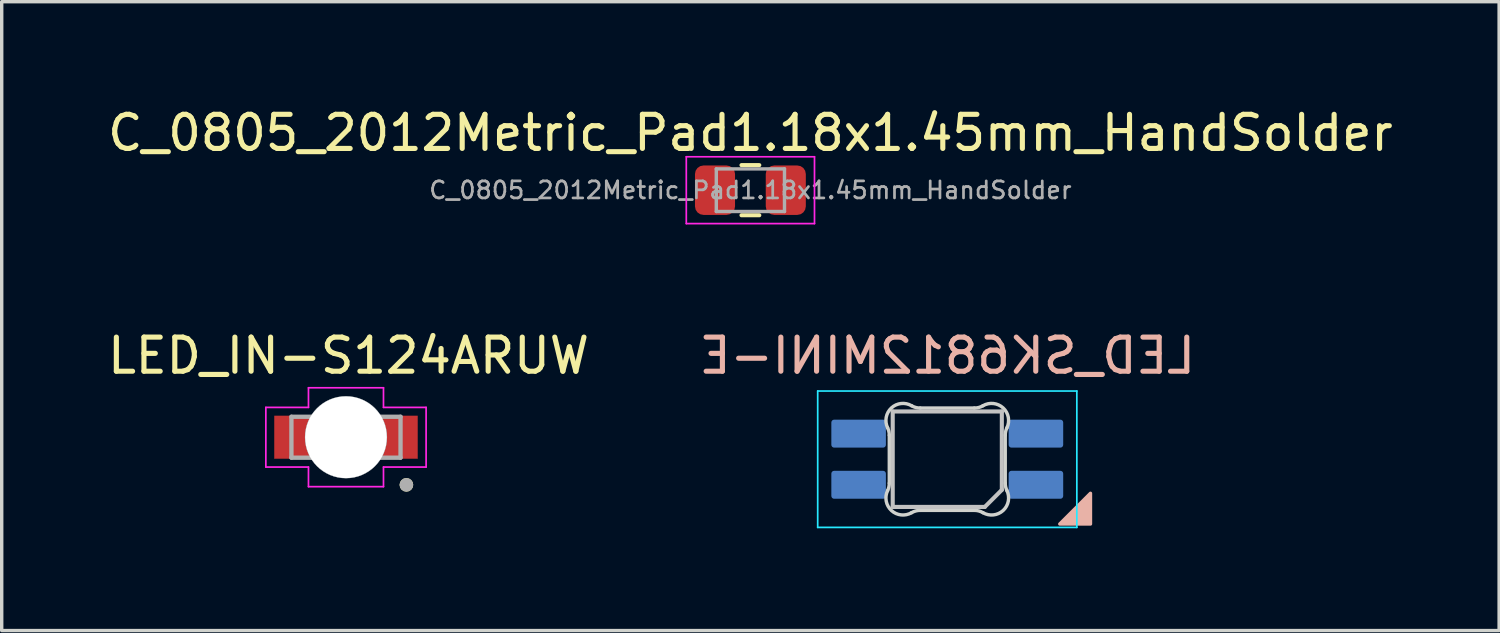
<source format=kicad_pcb>
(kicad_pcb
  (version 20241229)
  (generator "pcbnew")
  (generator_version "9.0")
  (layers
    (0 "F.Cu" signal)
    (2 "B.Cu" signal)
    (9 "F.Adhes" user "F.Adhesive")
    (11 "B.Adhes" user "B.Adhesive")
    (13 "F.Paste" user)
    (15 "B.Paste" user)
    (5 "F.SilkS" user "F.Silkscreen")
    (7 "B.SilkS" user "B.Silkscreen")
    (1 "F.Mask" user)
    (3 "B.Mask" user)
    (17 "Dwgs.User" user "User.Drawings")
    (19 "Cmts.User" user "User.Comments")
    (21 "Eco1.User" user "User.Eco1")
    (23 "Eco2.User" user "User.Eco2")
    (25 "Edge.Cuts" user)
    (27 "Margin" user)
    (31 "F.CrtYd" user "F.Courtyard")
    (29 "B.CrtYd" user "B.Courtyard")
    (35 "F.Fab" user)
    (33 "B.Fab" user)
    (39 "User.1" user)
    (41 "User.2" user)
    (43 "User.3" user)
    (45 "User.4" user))
  (footprint "LED_IN-S124ARUW"
    (layer "F.Cu")
    (at 7.097 9.773)
    (property "Reference" "LED_IN-S124ARUW" (at 0.075 -2.391 0) (layer "F.SilkS") (effects (font (size 1 1) (thickness 0.15))))
    (attr smd)
    (fp_line (start -1.075 0.55) (end -1.025 0.625) (stroke (width 0.0001) (type solid)) (layer "F.Cu"))
    (fp_poly (pts (xy -2.1 0.625) (xy -1.025 0.625) (xy -1.048 0.587) (xy -1.069 0.549) (xy -1.088 0.51) (xy -1.107 0.47) (xy -1.123 0.429) (xy -1.139 0.388) (xy -1.152 0.346) (xy -1.164 0.304) (xy -1.175 0.261) (xy -1.184 0.218) (xy -1.191 0.175) (xy -1.197 0.131) (xy -1.201 0.088) (xy -1.203 0.044) (xy -1.204 0) (xy -1.203 -0.044) (xy -1.201 -0.088) (xy -1.197 -0.131) (xy -1.191 -0.175) (xy -1.184 -0.218) (xy -1.175 -0.261) (xy -1.164 -0.304) (xy -1.152 -0.346) (xy -1.139 -0.388) (xy -1.123 -0.429) (xy -1.107 -0.47) (xy -1.088 -0.51) (xy -1.069 -0.549) (xy -1.048 -0.587) (xy -1.025 -0.625) (xy -2.1 -0.625) (xy -2.1 0.625)) (stroke (width 0.01) (type solid)) (fill yes) (layer "F.Cu"))
    (fp_poly (pts (xy 2.1 0.625) (xy 1.025 0.625) (xy 1.048 0.587) (xy 1.069 0.549) (xy 1.088 0.51) (xy 1.107 0.47) (xy 1.123 0.429) (xy 1.139 0.388) (xy 1.152 0.346) (xy 1.164 0.304) (xy 1.175 0.261) (xy 1.184 0.218) (xy 1.191 0.175) (xy 1.197 0.131) (xy 1.201 0.088) (xy 1.203 0.044) (xy 1.204 0) (xy 1.203 -0.044) (xy 1.201 -0.088) (xy 1.197 -0.131) (xy 1.191 -0.175) (xy 1.184 -0.218) (xy 1.175 -0.261) (xy 1.164 -0.304) (xy 1.152 -0.346) (xy 1.139 -0.388) (xy 1.123 -0.429) (xy 1.107 -0.47) (xy 1.088 -0.51) (xy 1.069 -0.549) (xy 1.048 -0.587) (xy 1.025 -0.625) (xy 2.1 -0.625) (xy 2.1 0.625)) (stroke (width 0.01) (type solid)) (fill yes) (layer "F.Cu"))
    (fp_poly (pts (xy -2.2 -0.725) (xy -0.92 -0.725) (xy -0.92 0.725) (xy -2.2 0.725)) (stroke (width 0.01) (type solid)) (fill yes) (layer "F.Mask"))
    (fp_poly (pts (xy 0.92 -0.725) (xy 2.2 -0.725) (xy 2.2 0.725) (xy 0.92 0.725)) (stroke (width 0.01) (type solid)) (fill yes) (layer "F.Mask"))
    (fp_line (start 1.075 0.55) (end 1.025 0.625) (stroke (width 0.0001) (type solid)) (layer "B.Cu"))
    (fp_circle (center 1.772 1.397) (end 1.872 1.397) (stroke (width 0.2) (type solid)) (fill no) (layer "F.SilkS"))
    (fp_line (start 1.075 0.55) (end 1.025 0.625) (stroke (width 0.0001) (type solid)) (layer "F.Paste"))
    (fp_poly (pts (xy -2.1 0.625) (xy -1.025 0.625) (xy -1.048 0.587) (xy -1.069 0.549) (xy -1.088 0.51) (xy -1.107 0.47) (xy -1.123 0.429) (xy -1.139 0.388) (xy -1.152 0.346) (xy -1.164 0.304) (xy -1.175 0.261) (xy -1.184 0.218) (xy -1.191 0.175) (xy -1.197 0.131) (xy -1.201 0.088) (xy -1.203 0.044) (xy -1.204 0) (xy -1.203 -0.044) (xy -1.201 -0.088) (xy -1.197 -0.131) (xy -1.191 -0.175) (xy -1.184 -0.218) (xy -1.175 -0.261) (xy -1.164 -0.304) (xy -1.152 -0.346) (xy -1.139 -0.388) (xy -1.123 -0.429) (xy -1.107 -0.47) (xy -1.088 -0.51) (xy -1.069 -0.549) (xy -1.048 -0.587) (xy -1.025 -0.625) (xy -2.1 -0.625) (xy -2.1 0.625)) (stroke (width 0.01) (type solid)) (fill yes) (layer "F.Paste"))
    (fp_poly (pts (xy 2.1 0.625) (xy 1.025 0.625) (xy 1.048 0.587) (xy 1.069 0.549) (xy 1.088 0.51) (xy 1.107 0.47) (xy 1.123 0.429) (xy 1.139 0.388) (xy 1.152 0.346) (xy 1.164 0.304) (xy 1.175 0.261) (xy 1.184 0.218) (xy 1.191 0.175) (xy 1.197 0.131) (xy 1.201 0.088) (xy 1.203 0.044) (xy 1.204 0) (xy 1.203 -0.044) (xy 1.201 -0.088) (xy 1.197 -0.131) (xy 1.191 -0.175) (xy 1.184 -0.218) (xy 1.175 -0.261) (xy 1.164 -0.304) (xy 1.152 -0.346) (xy 1.139 -0.388) (xy 1.123 -0.429) (xy 1.107 -0.47) (xy 1.088 -0.51) (xy 1.069 -0.549) (xy 1.048 -0.587) (xy 1.025 -0.625) (xy 2.1 -0.625) (xy 2.1 0.625)) (stroke (width 0.01) (type solid)) (fill yes) (layer "F.Paste"))
    (fp_circle (center 0 0) (end 1.2 0) (stroke (width 0.01) (type solid)) (fill no) (layer "Edge.Cuts"))
    (fp_line (start -2.35 -0.875) (end -2.35 0.875) (stroke (width 0.05) (type solid)) (layer "F.CrtYd"))
    (fp_line (start -2.35 0.875) (end -1.1 0.875) (stroke (width 0.05) (type solid)) (layer "F.CrtYd"))
    (fp_line (start -1.1 -1.45) (end -1.1 -0.875) (stroke (width 0.05) (type solid)) (layer "F.CrtYd"))
    (fp_line (start -1.1 -0.875) (end -2.35 -0.875) (stroke (width 0.05) (type solid)) (layer "F.CrtYd"))
    (fp_line (start -1.1 0.875) (end -1.1 1.45) (stroke (width 0.05) (type solid)) (layer "F.CrtYd"))
    (fp_line (start -1.1 1.45) (end 1.1 1.45) (stroke (width 0.05) (type solid)) (layer "F.CrtYd"))
    (fp_line (start 1.1 -1.45) (end -1.1 -1.45) (stroke (width 0.05) (type solid)) (layer "F.CrtYd"))
    (fp_line (start 1.1 -0.875) (end 1.1 -1.45) (stroke (width 0.05) (type solid)) (layer "F.CrtYd"))
    (fp_line (start 1.1 0.875) (end 2.35 0.875) (stroke (width 0.05) (type solid)) (layer "F.CrtYd"))
    (fp_line (start 1.1 1.45) (end 1.1 0.875) (stroke (width 0.05) (type solid)) (layer "F.CrtYd"))
    (fp_line (start 2.35 -0.875) (end 1.1 -0.875) (stroke (width 0.05) (type solid)) (layer "F.CrtYd"))
    (fp_line (start 2.35 0.875) (end 2.35 -0.875) (stroke (width 0.05) (type solid)) (layer "F.CrtYd"))
    (fp_line (start -1.6 -0.6) (end 1.6 -0.6) (stroke (width 0.127) (type solid)) (layer "F.Fab"))
    (fp_line (start -1.6 0.6) (end -1.6 -0.6) (stroke (width 0.127) (type solid)) (layer "F.Fab"))
    (fp_line (start 1.6 -0.6) (end 1.6 0.6) (stroke (width 0.127) (type solid)) (layer "F.Fab"))
    (fp_line (start 1.6 0.6) (end -1.6 0.6) (stroke (width 0.127) (type solid)) (layer "F.Fab"))
    (fp_circle (center 1.772 1.397) (end 1.872 1.397) (stroke (width 0.2) (type solid)) (fill no) (layer "F.Fab"))
    (pad "" np_thru_hole circle (at 0 0) (size 2.4 2.4) (drill 2.4) (layers "*.Cu" "*.Mask"))
    (pad "A" smd rect (at -1.56 0) (size 0.381 0.381) (layers "F.Cu"))
    (pad "C" smd rect (at 1.56 0) (size 0.381 0.381) (layers "F.Cu")))
  (footprint "LED_SK6812MINI-E"
    (layer "F.Cu")
    (at 24.732 10.43)
    (property "Reference" "LED_SK6812MINI-E" (at 0 -3.048 0) (layer "B.SilkS") (effects (font (size 1 1) (thickness 0.15)) (justify mirror)))
    (attr through_hole)
    (fp_poly (pts (xy 4.2 0.988) (xy 3.3 1.888) (xy 4.2 1.888)) (stroke (width 0.1) (type solid)) (fill yes) (layer "B.SilkS"))
    (fp_line (start -1.6 -1.412) (end -1.6 1.388) (stroke (width 0.12) (type solid)) (layer "Dwgs.User"))
    (fp_line (start -1.6 1.388) (end 1.1 1.388) (stroke (width 0.12) (type solid)) (layer "Dwgs.User"))
    (fp_line (start 1.6 -1.412) (end -1.6 -1.412) (stroke (width 0.12) (type solid)) (layer "Dwgs.User"))
    (fp_line (start 1.6 0.888) (end 1.1 1.388) (stroke (width 0.12) (type solid)) (layer "Dwgs.User"))
    (fp_line (start 1.6 0.888) (end 1.6 -1.412) (stroke (width 0.12) (type solid)) (layer "Dwgs.User"))
    (fp_line (start -1.7 0.691) (end -1.7 -0.715) (stroke (width 0.1) (type solid)) (layer "Edge.Cuts"))
    (fp_line (start -0.794 -1.512) (end 0.794 -1.512) (stroke (width 0.1) (type solid)) (layer "Edge.Cuts"))
    (fp_line (start 0.794 1.488) (end -0.794 1.488) (stroke (width 0.1) (type solid)) (layer "Edge.Cuts"))
    (fp_line (start 1.7 -0.715) (end 1.7 0.691) (stroke (width 0.1) (type solid)) (layer "Edge.Cuts"))
    (fp_arc (start -1.749484 -0.93172) (mid -1.712527 -0.826068) (end -1.699999 -0.714842) (stroke (width 0.1) (type solid)) (layer "Edge.Cuts"))
    (fp_arc (start -1.749484 -0.93172) (mid -1.638071 -1.516035) (end -1.046711 -1.580299) (stroke (width 0.1) (type solid)) (layer "Edge.Cuts"))
    (fp_arc (start -1.699999 0.690843) (mid -1.712527 0.802068) (end -1.749484 0.90772) (stroke (width 0.1) (type solid)) (layer "Edge.Cuts"))
    (fp_arc (start -1.046711 1.556297) (mid -1.63807 1.492034) (end -1.749484 0.90772) (stroke (width 0.1) (type solid)) (layer "Edge.Cuts"))
    (fp_arc (start -1.04671 1.556299) (mid -0.925122 1.505377) (end -0.794452 1.488) (stroke (width 0.1) (type solid)) (layer "Edge.Cuts"))
    (fp_arc (start -0.794453 -1.512) (mid -0.925123 -1.529377) (end -1.046711 -1.580299) (stroke (width 0.1) (type solid)) (layer "Edge.Cuts"))
    (fp_arc (start 0.794452 1.488) (mid 0.925123 1.505377) (end 1.046711 1.556299) (stroke (width 0.1) (type solid)) (layer "Edge.Cuts"))
    (fp_arc (start 1.046711 -1.580298) (mid 0.925123 -1.529376) (end 0.794453 -1.511999) (stroke (width 0.1) (type solid)) (layer "Edge.Cuts"))
    (fp_arc (start 1.046711 -1.580298) (mid 1.638071 -1.516034) (end 1.749484 -0.93172) (stroke (width 0.1) (type solid)) (layer "Edge.Cuts"))
    (fp_arc (start 1.699999 -0.714843) (mid 1.712527 -0.826068) (end 1.749484 -0.93172) (stroke (width 0.1) (type solid)) (layer "Edge.Cuts"))
    (fp_arc (start 1.749484 0.907719) (mid 1.638072 1.492035) (end 1.046711 1.556299) (stroke (width 0.1) (type solid)) (layer "Edge.Cuts"))
    (fp_arc (start 1.749484 0.90772) (mid 1.712527 0.802068) (end 1.699999 0.690842) (stroke (width 0.1) (type solid)) (layer "Edge.Cuts"))
    (fp_line (start -3.8 -2.012) (end -3.8 1.988) (stroke (width 0.05) (type solid)) (layer "B.CrtYd"))
    (fp_line (start -3.8 1.988) (end 3.8 1.988) (stroke (width 0.05) (type solid)) (layer "B.CrtYd"))
    (fp_line (start 3.8 -2.012) (end -3.8 -2.012) (stroke (width 0.05) (type solid)) (layer "B.CrtYd"))
    (fp_line (start 3.8 1.988) (end 3.8 -2.012) (stroke (width 0.05) (type solid)) (layer "B.CrtYd"))
    (pad "1" smd roundrect (at -2.6 -0.762 270) (size 0.82 1.6) (layers "B.Cu" "B.Mask" "B.Paste") (roundrect_rratio 0.1))
    (pad "2" smd roundrect (at -2.6 0.738 270) (size 0.82 1.6) (layers "B.Cu" "B.Mask" "B.Paste") (roundrect_rratio 0.1))
    (pad "3" smd roundrect (at 2.6 0.738 270) (size 0.82 1.6) (layers "B.Cu" "B.Mask" "B.Paste") (roundrect_rratio 0.1))
    (pad "4" smd roundrect (at 2.6 -0.762 270) (size 0.82 1.6) (layers "B.Cu" "B.Mask" "B.Paste") (roundrect_rratio 0.1)))
  (footprint "C_0805_2012Metric_Pad1.18x1.45mm_HandSolder"
    (layer "F.Cu")
    (at 18.958 2.528)
    (property "Reference" "C_0805_2012Metric_Pad1.18x1.45mm_HandSolder" (at 0 -1.68 0) (layer "F.SilkS") (effects (font (size 1 1) (thickness 0.15))))
    (attr smd)
    (fp_line (start -0.261 -0.735) (end 0.261 -0.735) (stroke (width 0.12) (type solid)) (layer "F.SilkS"))
    (fp_line (start -0.261 0.735) (end 0.261 0.735) (stroke (width 0.12) (type solid)) (layer "F.SilkS"))
    (fp_line (start -1.88 -0.98) (end 1.88 -0.98) (stroke (width 0.05) (type solid)) (layer "F.CrtYd"))
    (fp_line (start -1.88 0.98) (end -1.88 -0.98) (stroke (width 0.05) (type solid)) (layer "F.CrtYd"))
    (fp_line (start 1.88 -0.98) (end 1.88 0.98) (stroke (width 0.05) (type solid)) (layer "F.CrtYd"))
    (fp_line (start 1.88 0.98) (end -1.88 0.98) (stroke (width 0.05) (type solid)) (layer "F.CrtYd"))
    (fp_line (start -1 -0.625) (end 1 -0.625) (stroke (width 0.1) (type solid)) (layer "F.Fab"))
    (fp_line (start -1 0.625) (end -1 -0.625) (stroke (width 0.1) (type solid)) (layer "F.Fab"))
    (fp_line (start 1 -0.625) (end 1 0.625) (stroke (width 0.1) (type solid)) (layer "F.Fab"))
    (fp_line (start 1 0.625) (end -1 0.625) (stroke (width 0.1) (type solid)) (layer "F.Fab"))
    (fp_text user "${REFERENCE}" (at 0 0 0) (layer "F.Fab") (effects (font (size 0.5 0.5) (thickness 0.08))))
    (pad "1" smd roundrect (at -1.038 0) (size 1.175 1.45) (layers "F.Cu" "F.Mask" "F.Paste") (roundrect_rratio 0.213))
    (pad "2" smd roundrect (at 1.038 0) (size 1.175 1.45) (layers "F.Cu" "F.Mask" "F.Paste") (roundrect_rratio 0.213)))
  (gr_rect
    (start -3 -3)
    (end 40.917 15.443)
    (stroke (width 0.1) (type default))
    (fill no)
    (layer "Edge.Cuts")))
</source>
